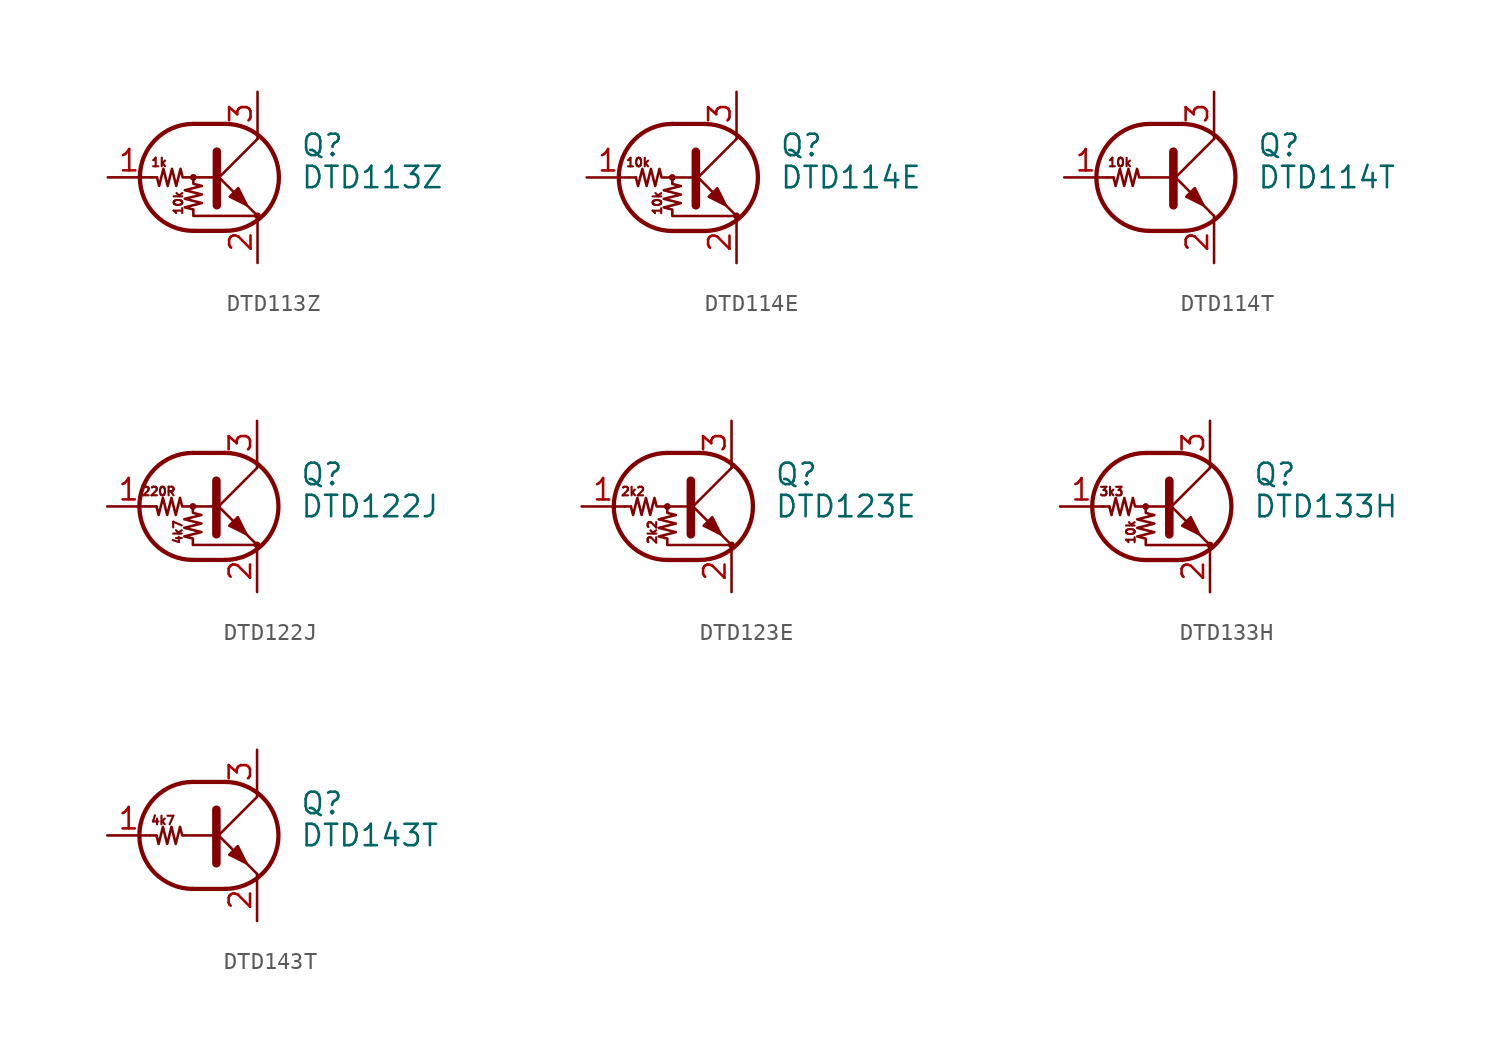
<source format=kicad_sym>
(kicad_symbol_lib
  (version 20201005)
  (generator kicad_symbol_editor)
  (symbol "DTD113Z"
    (pin_names
      (offset 0) hide)
    (property "Reference" "Q"
      (at 5.08 1.905 0)
      (effects (font (size 1.27 1.27)) (justify left)))
    (property "Value" "DTD113Z"
      (at 5.08 0 0)
      (effects (font (size 1.27 1.27)) (justify left)))
    (symbol "DTD113Z_0_0"
      (text "10k" (at -2.159 -1.524 900) (effects (font (size 0.508 0.508))))
      (text "1k" (at -3.302 0.889 0) (effects (font (size 0.508 0.508)))))
    (symbol "DTD113Z_0_1"
      (arc (start -1.27 3.175) (end -1.27 -3.175) (radius (at -1.27 0) (length 3.175) (angles 90.1 -90.1)) (stroke (width 0.254)) (fill (type none)))
      (arc (start 0.635 -3.175) (end 0.635 3.175) (radius (at 0.635 0) (length 3.175) (angles -89.9 89.9)) (stroke (width 0.254)) (fill (type none)))
      (circle (center -1.27 0) (radius 0.127) (stroke (width 0)) (fill (type none)))
      (circle (center 2.54 -2.286) (radius 0.127) (stroke (width 0)) (fill (type none)))
      (polyline (pts (xy -3.429 0) (xy -3.81 0)) (stroke (width 0)) (fill (type none)))
      (polyline (pts (xy -1.27 -3.175) (xy 0.635 -3.175)) (stroke (width 0.254)) (fill (type none)))
      (polyline (pts (xy -1.27 3.175) (xy 0.635 3.175)) (stroke (width 0.254)) (fill (type none)))
      (polyline (pts (xy 0 -0.254) (xy 2.54 2.286)) (stroke (width 0)) (fill (type none)))
      (polyline (pts (xy 2.54 2.286) (xy 2.54 2.54)) (stroke (width 0)) (fill (type none)))
      (polyline (pts (xy 2.54 -2.286) (xy 0 0.254) (xy 0 0.254)) (stroke (width 0)) (fill (type none)))
      (polyline (pts (xy 0 0) (xy -1.905 0) (xy -2.032 0.508) (xy -2.286 -0.508) (xy -2.54 0.508) (xy -2.794 -0.508) (xy -3.048 0.508) (xy -3.302 -0.508) (xy -3.429 0)) (stroke (width 0)) (fill (type none)))
      (polyline (pts (xy -1.27 0) (xy -1.27 -0.381) (xy -0.762 -0.508) (xy -1.778 -0.762) (xy -0.762 -1.016) (xy -1.778 -1.27) (xy -0.762 -1.524) (xy -1.778 -1.778) (xy -1.27 -1.905) (xy -1.27 -2.286) (xy 2.54 -2.286)) (stroke (width 0)) (fill (type none)))
      (polyline (pts (xy 0.127 1.524) (xy 0.127 -1.651)) (stroke (width 0.508)) (fill (type outline)))
      (polyline (pts (xy 0.889 -1.143) (xy 1.397 -0.635) (xy 1.905 -1.651) (xy 0.889 -1.143)) (stroke (width 0)) (fill (type outline))))
    (symbol "DTD113Z_1_1"
      (pin input line (at -6.35 0 0) (length 2.54) (name "B" (effects (font (size 1.27 1.27)))) (number "1" (effects (font (size 1.27 1.27)))))
      (pin passive line (at 2.54 -5.08 90) (length 2.54) (name "E" (effects (font (size 1.27 1.27)))) (number "2" (effects (font (size 1.27 1.27)))))
      (pin passive line (at 2.54 5.08 270) (length 2.54) (name "C" (effects (font (size 1.27 1.27)))) (number "3" (effects (font (size 1.27 1.27)))))))
  (symbol "DTD114E"
    (pin_names
      (offset 0) hide)
    (property "Reference" "Q"
      (at 5.08 1.905 0)
      (effects (font (size 1.27 1.27)) (justify left)))
    (property "Value" "DTD114E"
      (at 5.08 0 0)
      (effects (font (size 1.27 1.27)) (justify left)))
    (symbol "DTD114E_0_0"
      (text "10k" (at -3.302 0.889 0) (effects (font (size 0.508 0.508))))
      (text "10k" (at -2.159 -1.524 900) (effects (font (size 0.508 0.508)))))
    (symbol "DTD114E_0_1"
      (arc (start -1.27 3.175) (end -1.27 -3.175) (radius (at -1.27 0) (length 3.175) (angles 90.1 -90.1)) (stroke (width 0.254)) (fill (type none)))
      (arc (start 0.635 -3.175) (end 0.635 3.175) (radius (at 0.635 0) (length 3.175) (angles -89.9 89.9)) (stroke (width 0.254)) (fill (type none)))
      (circle (center -1.27 0) (radius 0.127) (stroke (width 0)) (fill (type none)))
      (circle (center 2.54 -2.286) (radius 0.127) (stroke (width 0)) (fill (type none)))
      (polyline (pts (xy -3.429 0) (xy -3.81 0)) (stroke (width 0)) (fill (type none)))
      (polyline (pts (xy -1.27 -3.175) (xy 0.635 -3.175)) (stroke (width 0.254)) (fill (type none)))
      (polyline (pts (xy -1.27 3.175) (xy 0.635 3.175)) (stroke (width 0.254)) (fill (type none)))
      (polyline (pts (xy 0 -0.254) (xy 2.54 2.286)) (stroke (width 0)) (fill (type none)))
      (polyline (pts (xy 2.54 2.286) (xy 2.54 2.54)) (stroke (width 0)) (fill (type none)))
      (polyline (pts (xy 2.54 -2.286) (xy 0 0.254) (xy 0 0.254)) (stroke (width 0)) (fill (type none)))
      (polyline (pts (xy 0 0) (xy -1.905 0) (xy -2.032 0.508) (xy -2.286 -0.508) (xy -2.54 0.508) (xy -2.794 -0.508) (xy -3.048 0.508) (xy -3.302 -0.508) (xy -3.429 0)) (stroke (width 0)) (fill (type none)))
      (polyline (pts (xy -1.27 0) (xy -1.27 -0.381) (xy -0.762 -0.508) (xy -1.778 -0.762) (xy -0.762 -1.016) (xy -1.778 -1.27) (xy -0.762 -1.524) (xy -1.778 -1.778) (xy -1.27 -1.905) (xy -1.27 -2.286) (xy 2.54 -2.286)) (stroke (width 0)) (fill (type none)))
      (polyline (pts (xy 0.127 1.524) (xy 0.127 -1.651)) (stroke (width 0.508)) (fill (type outline)))
      (polyline (pts (xy 0.889 -1.143) (xy 1.397 -0.635) (xy 1.905 -1.651) (xy 0.889 -1.143)) (stroke (width 0)) (fill (type outline))))
    (symbol "DTD114E_1_1"
      (pin input line (at -6.35 0 0) (length 2.54) (name "B" (effects (font (size 1.27 1.27)))) (number "1" (effects (font (size 1.27 1.27)))))
      (pin passive line (at 2.54 -5.08 90) (length 2.54) (name "E" (effects (font (size 1.27 1.27)))) (number "2" (effects (font (size 1.27 1.27)))))
      (pin passive line (at 2.54 5.08 270) (length 2.54) (name "C" (effects (font (size 1.27 1.27)))) (number "3" (effects (font (size 1.27 1.27)))))))
  (symbol "DTD114T"
    (pin_names
      (offset 0) hide)
    (property "Reference" "Q"
      (at 5.08 1.905 0)
      (effects (font (size 1.27 1.27)) (justify left)))
    (property "Value" "DTD114T"
      (at 5.08 0 0)
      (effects (font (size 1.27 1.27)) (justify left)))
    (symbol "DTD114T_0_0"
      (text "10k" (at -3.048 0.889 0) (effects (font (size 0.508 0.508))))
      (polyline (pts (xy 2.54 -2.286) (xy 2.54 -2.54)) (stroke (width 0)) (fill (type none))))
    (symbol "DTD114T_0_1"
      (arc (start -1.27 3.175) (end -1.27 -3.175) (radius (at -1.27 0) (length 3.175) (angles 90.1 -90.1)) (stroke (width 0.254)) (fill (type none)))
      (arc (start 0.635 -3.175) (end 0.635 3.175) (radius (at 0.635 0) (length 3.175) (angles -89.9 89.9)) (stroke (width 0.254)) (fill (type none)))
      (polyline (pts (xy -3.429 0) (xy -3.81 0)) (stroke (width 0)) (fill (type none)))
      (polyline (pts (xy -1.27 -3.175) (xy 0.635 -3.175)) (stroke (width 0.254)) (fill (type none)))
      (polyline (pts (xy -1.27 3.175) (xy 0.635 3.175)) (stroke (width 0.254)) (fill (type none)))
      (polyline (pts (xy 0 -0.254) (xy 2.54 2.286)) (stroke (width 0)) (fill (type none)))
      (polyline (pts (xy 2.54 2.286) (xy 2.54 2.54)) (stroke (width 0)) (fill (type none)))
      (polyline (pts (xy 2.54 -2.286) (xy 0 0.254) (xy 0 0.254)) (stroke (width 0)) (fill (type none)))
      (polyline (pts (xy 0 0) (xy -1.905 0) (xy -2.032 0.508) (xy -2.286 -0.508) (xy -2.54 0.508) (xy -2.794 -0.508) (xy -3.048 0.508) (xy -3.302 -0.508) (xy -3.429 0)) (stroke (width 0)) (fill (type none)))
      (polyline (pts (xy 0.127 1.524) (xy 0.127 -1.651)) (stroke (width 0.508)) (fill (type outline)))
      (polyline (pts (xy 0.889 -1.143) (xy 1.397 -0.635) (xy 1.905 -1.651) (xy 0.889 -1.143)) (stroke (width 0)) (fill (type outline))))
    (symbol "DTD114T_1_1"
      (pin input line (at -6.35 0 0) (length 2.54) (name "B" (effects (font (size 1.27 1.27)))) (number "1" (effects (font (size 1.27 1.27)))))
      (pin passive line (at 2.54 -5.08 90) (length 2.54) (name "E" (effects (font (size 1.27 1.27)))) (number "2" (effects (font (size 1.27 1.27)))))
      (pin passive line (at 2.54 5.08 270) (length 2.54) (name "C" (effects (font (size 1.27 1.27)))) (number "3" (effects (font (size 1.27 1.27)))))))
  (symbol "DTD122J"
    (pin_names
      (offset 0) hide)
    (property "Reference" "Q"
      (at 5.08 1.905 0)
      (effects (font (size 1.27 1.27)) (justify left)))
    (property "Value" "DTD122J"
      (at 5.08 0 0)
      (effects (font (size 1.27 1.27)) (justify left)))
    (symbol "DTD122J_0_0"
      (text "220R" (at -3.302 0.889 0) (effects (font (size 0.508 0.508))))
      (text "4k7" (at -2.159 -1.524 900) (effects (font (size 0.508 0.508)))))
    (symbol "DTD122J_0_1"
      (arc (start -1.27 3.175) (end -1.27 -3.175) (radius (at -1.27 0) (length 3.175) (angles 90.1 -90.1)) (stroke (width 0.254)) (fill (type none)))
      (arc (start 0.635 -3.175) (end 0.635 3.175) (radius (at 0.635 0) (length 3.175) (angles -89.9 89.9)) (stroke (width 0.254)) (fill (type none)))
      (circle (center -1.27 0) (radius 0.127) (stroke (width 0)) (fill (type none)))
      (circle (center 2.54 -2.286) (radius 0.127) (stroke (width 0)) (fill (type none)))
      (polyline (pts (xy -3.429 0) (xy -3.81 0)) (stroke (width 0)) (fill (type none)))
      (polyline (pts (xy -1.27 -3.175) (xy 0.635 -3.175)) (stroke (width 0.254)) (fill (type none)))
      (polyline (pts (xy -1.27 3.175) (xy 0.635 3.175)) (stroke (width 0.254)) (fill (type none)))
      (polyline (pts (xy 0 -0.254) (xy 2.54 2.286)) (stroke (width 0)) (fill (type none)))
      (polyline (pts (xy 2.54 2.286) (xy 2.54 2.54)) (stroke (width 0)) (fill (type none)))
      (polyline (pts (xy 2.54 -2.286) (xy 0 0.254) (xy 0 0.254)) (stroke (width 0)) (fill (type none)))
      (polyline (pts (xy 0 0) (xy -1.905 0) (xy -2.032 0.508) (xy -2.286 -0.508) (xy -2.54 0.508) (xy -2.794 -0.508) (xy -3.048 0.508) (xy -3.302 -0.508) (xy -3.429 0)) (stroke (width 0)) (fill (type none)))
      (polyline (pts (xy -1.27 0) (xy -1.27 -0.381) (xy -0.762 -0.508) (xy -1.778 -0.762) (xy -0.762 -1.016) (xy -1.778 -1.27) (xy -0.762 -1.524) (xy -1.778 -1.778) (xy -1.27 -1.905) (xy -1.27 -2.286) (xy 2.54 -2.286)) (stroke (width 0)) (fill (type none)))
      (polyline (pts (xy 0.127 1.524) (xy 0.127 -1.651)) (stroke (width 0.508)) (fill (type outline)))
      (polyline (pts (xy 0.889 -1.143) (xy 1.397 -0.635) (xy 1.905 -1.651) (xy 0.889 -1.143)) (stroke (width 0)) (fill (type outline))))
    (symbol "DTD122J_1_1"
      (pin input line (at -6.35 0 0) (length 2.54) (name "B" (effects (font (size 1.27 1.27)))) (number "1" (effects (font (size 1.27 1.27)))))
      (pin passive line (at 2.54 -5.08 90) (length 2.54) (name "E" (effects (font (size 1.27 1.27)))) (number "2" (effects (font (size 1.27 1.27)))))
      (pin passive line (at 2.54 5.08 270) (length 2.54) (name "C" (effects (font (size 1.27 1.27)))) (number "3" (effects (font (size 1.27 1.27)))))))
  (symbol "DTD123E"
    (pin_names
      (offset 0) hide)
    (property "Reference" "Q"
      (at 5.08 1.905 0)
      (effects (font (size 1.27 1.27)) (justify left)))
    (property "Value" "DTD123E"
      (at 5.08 0 0)
      (effects (font (size 1.27 1.27)) (justify left)))
    (symbol "DTD123E_0_0"
      (text "2k2" (at -3.302 0.889 0) (effects (font (size 0.508 0.508))))
      (text "2k2" (at -2.159 -1.524 900) (effects (font (size 0.508 0.508)))))
    (symbol "DTD123E_0_1"
      (arc (start -1.27 3.175) (end -1.27 -3.175) (radius (at -1.27 0) (length 3.175) (angles 90.1 -90.1)) (stroke (width 0.254)) (fill (type none)))
      (arc (start 0.635 -3.175) (end 0.635 3.175) (radius (at 0.635 0) (length 3.175) (angles -89.9 89.9)) (stroke (width 0.254)) (fill (type none)))
      (circle (center -1.27 0) (radius 0.127) (stroke (width 0)) (fill (type none)))
      (circle (center 2.54 -2.286) (radius 0.127) (stroke (width 0)) (fill (type none)))
      (polyline (pts (xy -3.429 0) (xy -3.81 0)) (stroke (width 0)) (fill (type none)))
      (polyline (pts (xy -1.27 -3.175) (xy 0.635 -3.175)) (stroke (width 0.254)) (fill (type none)))
      (polyline (pts (xy -1.27 3.175) (xy 0.635 3.175)) (stroke (width 0.254)) (fill (type none)))
      (polyline (pts (xy 0 -0.254) (xy 2.54 2.286)) (stroke (width 0)) (fill (type none)))
      (polyline (pts (xy 2.54 2.286) (xy 2.54 2.54)) (stroke (width 0)) (fill (type none)))
      (polyline (pts (xy 2.54 -2.286) (xy 0 0.254) (xy 0 0.254)) (stroke (width 0)) (fill (type none)))
      (polyline (pts (xy 0 0) (xy -1.905 0) (xy -2.032 0.508) (xy -2.286 -0.508) (xy -2.54 0.508) (xy -2.794 -0.508) (xy -3.048 0.508) (xy -3.302 -0.508) (xy -3.429 0)) (stroke (width 0)) (fill (type none)))
      (polyline (pts (xy -1.27 0) (xy -1.27 -0.381) (xy -0.762 -0.508) (xy -1.778 -0.762) (xy -0.762 -1.016) (xy -1.778 -1.27) (xy -0.762 -1.524) (xy -1.778 -1.778) (xy -1.27 -1.905) (xy -1.27 -2.286) (xy 2.54 -2.286)) (stroke (width 0)) (fill (type none)))
      (polyline (pts (xy 0.127 1.524) (xy 0.127 -1.651)) (stroke (width 0.508)) (fill (type outline)))
      (polyline (pts (xy 0.889 -1.143) (xy 1.397 -0.635) (xy 1.905 -1.651) (xy 0.889 -1.143)) (stroke (width 0)) (fill (type outline))))
    (symbol "DTD123E_1_1"
      (pin input line (at -6.35 0 0) (length 2.54) (name "B" (effects (font (size 1.27 1.27)))) (number "1" (effects (font (size 1.27 1.27)))))
      (pin passive line (at 2.54 -5.08 90) (length 2.54) (name "E" (effects (font (size 1.27 1.27)))) (number "2" (effects (font (size 1.27 1.27)))))
      (pin passive line (at 2.54 5.08 270) (length 2.54) (name "C" (effects (font (size 1.27 1.27)))) (number "3" (effects (font (size 1.27 1.27)))))))
  (symbol "DTD133H"
    (pin_names
      (offset 0) hide)
    (property "Reference" "Q"
      (at 5.08 1.905 0)
      (effects (font (size 1.27 1.27)) (justify left)))
    (property "Value" "DTD133H"
      (at 5.08 0 0)
      (effects (font (size 1.27 1.27)) (justify left)))
    (symbol "DTD133H_0_0"
      (text "10k" (at -2.159 -1.524 900) (effects (font (size 0.508 0.508))))
      (text "3k3" (at -3.302 0.889 0) (effects (font (size 0.508 0.508)))))
    (symbol "DTD133H_0_1"
      (arc (start -1.27 3.175) (end -1.27 -3.175) (radius (at -1.27 0) (length 3.175) (angles 90.1 -90.1)) (stroke (width 0.254)) (fill (type none)))
      (arc (start 0.635 -3.175) (end 0.635 3.175) (radius (at 0.635 0) (length 3.175) (angles -89.9 89.9)) (stroke (width 0.254)) (fill (type none)))
      (circle (center -1.27 0) (radius 0.127) (stroke (width 0)) (fill (type none)))
      (circle (center 2.54 -2.286) (radius 0.127) (stroke (width 0)) (fill (type none)))
      (polyline (pts (xy -3.429 0) (xy -3.81 0)) (stroke (width 0)) (fill (type none)))
      (polyline (pts (xy -1.27 -3.175) (xy 0.635 -3.175)) (stroke (width 0.254)) (fill (type none)))
      (polyline (pts (xy -1.27 3.175) (xy 0.635 3.175)) (stroke (width 0.254)) (fill (type none)))
      (polyline (pts (xy 0 -0.254) (xy 2.54 2.286)) (stroke (width 0)) (fill (type none)))
      (polyline (pts (xy 2.54 2.286) (xy 2.54 2.54)) (stroke (width 0)) (fill (type none)))
      (polyline (pts (xy 2.54 -2.286) (xy 0 0.254) (xy 0 0.254)) (stroke (width 0)) (fill (type none)))
      (polyline (pts (xy 0 0) (xy -1.905 0) (xy -2.032 0.508) (xy -2.286 -0.508) (xy -2.54 0.508) (xy -2.794 -0.508) (xy -3.048 0.508) (xy -3.302 -0.508) (xy -3.429 0)) (stroke (width 0)) (fill (type none)))
      (polyline (pts (xy -1.27 0) (xy -1.27 -0.381) (xy -0.762 -0.508) (xy -1.778 -0.762) (xy -0.762 -1.016) (xy -1.778 -1.27) (xy -0.762 -1.524) (xy -1.778 -1.778) (xy -1.27 -1.905) (xy -1.27 -2.286) (xy 2.54 -2.286)) (stroke (width 0)) (fill (type none)))
      (polyline (pts (xy 0.127 1.524) (xy 0.127 -1.651)) (stroke (width 0.508)) (fill (type outline)))
      (polyline (pts (xy 0.889 -1.143) (xy 1.397 -0.635) (xy 1.905 -1.651) (xy 0.889 -1.143)) (stroke (width 0)) (fill (type outline))))
    (symbol "DTD133H_1_1"
      (pin input line (at -6.35 0 0) (length 2.54) (name "B" (effects (font (size 1.27 1.27)))) (number "1" (effects (font (size 1.27 1.27)))))
      (pin passive line (at 2.54 -5.08 90) (length 2.54) (name "E" (effects (font (size 1.27 1.27)))) (number "2" (effects (font (size 1.27 1.27)))))
      (pin passive line (at 2.54 5.08 270) (length 2.54) (name "C" (effects (font (size 1.27 1.27)))) (number "3" (effects (font (size 1.27 1.27)))))))
  (symbol "DTD143T"
    (pin_names
      (offset 0) hide)
    (property "Reference" "Q"
      (at 5.08 1.905 0)
      (effects (font (size 1.27 1.27)) (justify left)))
    (property "Value" "DTD143T"
      (at 5.08 0 0)
      (effects (font (size 1.27 1.27)) (justify left)))
    (symbol "DTD143T_0_0"
      (text "4k7" (at -3.048 0.889 0) (effects (font (size 0.508 0.508))))
      (polyline (pts (xy 2.54 -2.286) (xy 2.54 -2.54)) (stroke (width 0)) (fill (type none))))
    (symbol "DTD143T_0_1"
      (arc (start -1.27 3.175) (end -1.27 -3.175) (radius (at -1.27 0) (length 3.175) (angles 90.1 -90.1)) (stroke (width 0.254)) (fill (type none)))
      (arc (start 0.635 -3.175) (end 0.635 3.175) (radius (at 0.635 0) (length 3.175) (angles -89.9 89.9)) (stroke (width 0.254)) (fill (type none)))
      (polyline (pts (xy -3.429 0) (xy -3.81 0)) (stroke (width 0)) (fill (type none)))
      (polyline (pts (xy -1.27 -3.175) (xy 0.635 -3.175)) (stroke (width 0.254)) (fill (type none)))
      (polyline (pts (xy -1.27 3.175) (xy 0.635 3.175)) (stroke (width 0.254)) (fill (type none)))
      (polyline (pts (xy 0 -0.254) (xy 2.54 2.286)) (stroke (width 0)) (fill (type none)))
      (polyline (pts (xy 2.54 2.286) (xy 2.54 2.54)) (stroke (width 0)) (fill (type none)))
      (polyline (pts (xy 2.54 -2.286) (xy 0 0.254) (xy 0 0.254)) (stroke (width 0)) (fill (type none)))
      (polyline (pts (xy 0 0) (xy -1.905 0) (xy -2.032 0.508) (xy -2.286 -0.508) (xy -2.54 0.508) (xy -2.794 -0.508) (xy -3.048 0.508) (xy -3.302 -0.508) (xy -3.429 0)) (stroke (width 0)) (fill (type none)))
      (polyline (pts (xy 0.127 1.524) (xy 0.127 -1.651)) (stroke (width 0.508)) (fill (type outline)))
      (polyline (pts (xy 0.889 -1.143) (xy 1.397 -0.635) (xy 1.905 -1.651) (xy 0.889 -1.143)) (stroke (width 0)) (fill (type outline))))
    (symbol "DTD143T_1_1"
      (pin input line (at -6.35 0 0) (length 2.54) (name "B" (effects (font (size 1.27 1.27)))) (number "1" (effects (font (size 1.27 1.27)))))
      (pin passive line (at 2.54 -5.08 90) (length 2.54) (name "E" (effects (font (size 1.27 1.27)))) (number "2" (effects (font (size 1.27 1.27)))))
      (pin passive line (at 2.54 5.08 270) (length 2.54) (name "C" (effects (font (size 1.27 1.27)))) (number "3" (effects (font (size 1.27 1.27))))))))
</source>
